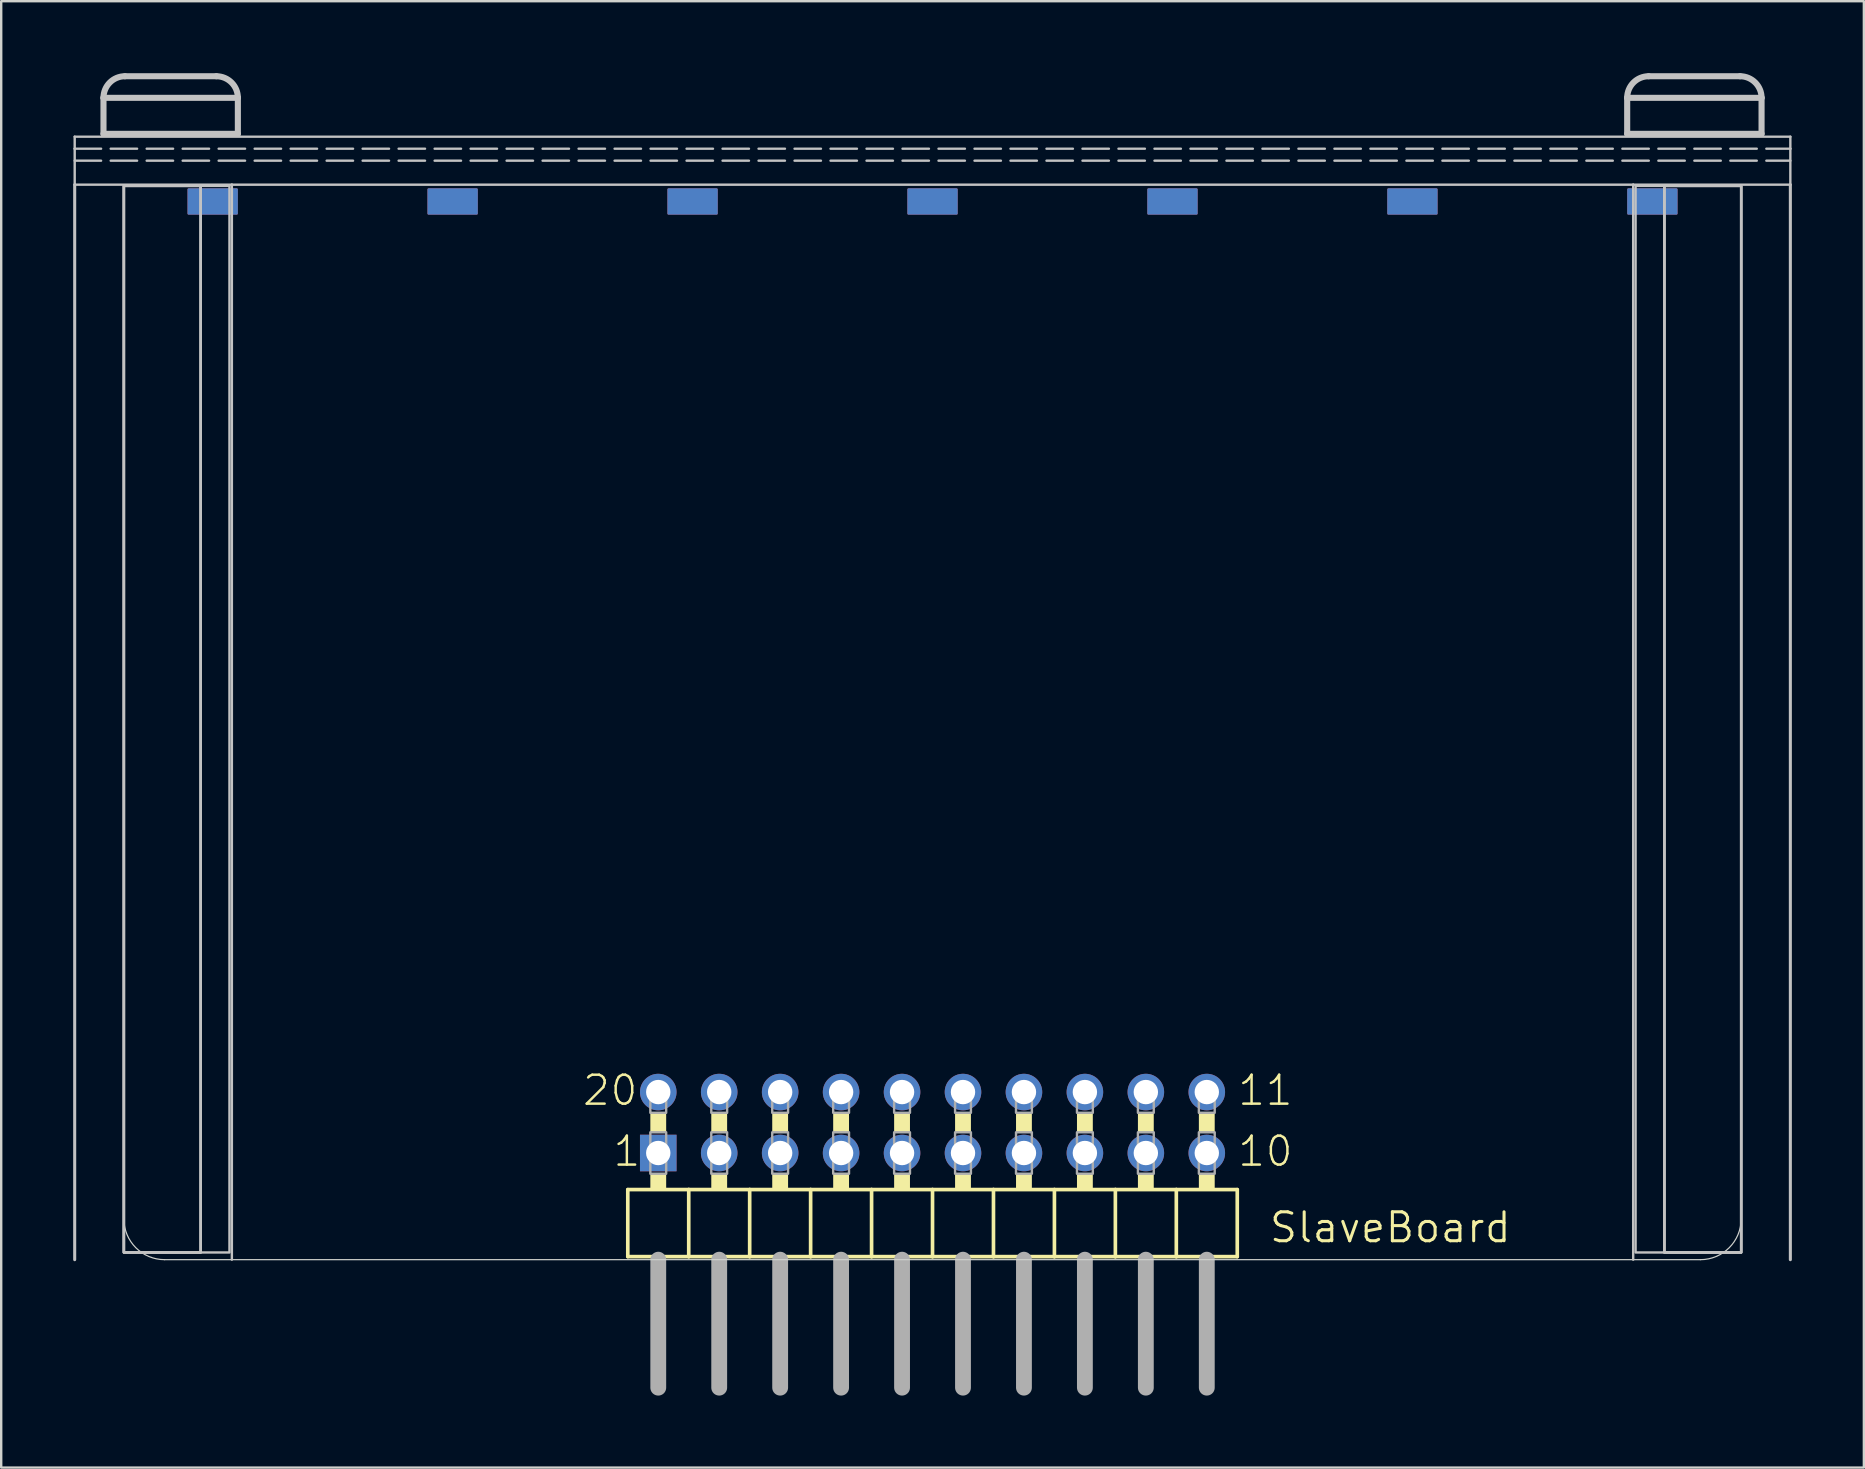
<source format=kicad_pcb>
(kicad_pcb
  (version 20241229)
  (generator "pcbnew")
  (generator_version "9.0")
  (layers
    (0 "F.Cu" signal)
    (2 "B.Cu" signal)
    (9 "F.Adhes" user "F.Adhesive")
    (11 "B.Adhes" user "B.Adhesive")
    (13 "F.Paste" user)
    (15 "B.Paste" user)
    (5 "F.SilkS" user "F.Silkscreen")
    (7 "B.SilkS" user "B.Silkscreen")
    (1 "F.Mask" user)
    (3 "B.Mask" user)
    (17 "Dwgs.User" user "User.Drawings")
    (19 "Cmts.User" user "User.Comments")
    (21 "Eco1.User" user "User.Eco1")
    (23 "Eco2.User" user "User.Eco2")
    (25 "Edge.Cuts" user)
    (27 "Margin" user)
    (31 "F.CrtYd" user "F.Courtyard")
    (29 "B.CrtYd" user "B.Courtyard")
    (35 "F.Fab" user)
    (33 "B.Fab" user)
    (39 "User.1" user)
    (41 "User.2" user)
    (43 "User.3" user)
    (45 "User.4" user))
  (footprint "SlaveBoard"
    (layer "F.Cu")
    (at 35.813 49.447)
    (property "Reference" "SlaveBoard" (at 13.97 -0.635 0) (layer "F.SilkS") (effects (font (size 1.206 1.206) (thickness 0.127)) (justify left bottom)))
    (attr through_hole)
    (fp_rect (start -31 -44.6) (end -29 -43.6) (stroke (width 0.1) (type solid)) (fill yes) (layer "F.Cu"))
    (fp_rect (start -21 -44.6) (end -19 -43.6) (stroke (width 0.1) (type solid)) (fill yes) (layer "F.Cu"))
    (fp_rect (start -11 -44.6) (end -9 -43.6) (stroke (width 0.1) (type solid)) (fill yes) (layer "F.Cu"))
    (fp_rect (start -1 -44.6) (end 1 -43.6) (stroke (width 0.1) (type solid)) (fill yes) (layer "F.Cu"))
    (fp_rect (start 9 -44.6) (end 11 -43.6) (stroke (width 0.1) (type solid)) (fill yes) (layer "F.Cu"))
    (fp_rect (start 19 -44.6) (end 21 -43.6) (stroke (width 0.1) (type solid)) (fill yes) (layer "F.Cu"))
    (fp_rect (start 29 -44.6) (end 31 -43.6) (stroke (width 0.1) (type solid)) (fill yes) (layer "F.Cu"))
    (fp_rect (start -31 -44.6) (end -29 -43.6) (stroke (width 0.1) (type solid)) (fill yes) (layer "F.Mask"))
    (fp_rect (start -21 -44.6) (end -19 -43.6) (stroke (width 0.1) (type solid)) (fill yes) (layer "F.Mask"))
    (fp_rect (start -11 -44.6) (end -9 -43.6) (stroke (width 0.1) (type solid)) (fill yes) (layer "F.Mask"))
    (fp_rect (start -1 -44.6) (end 1 -43.6) (stroke (width 0.1) (type solid)) (fill yes) (layer "F.Mask"))
    (fp_rect (start 9 -44.6) (end 11 -43.6) (stroke (width 0.1) (type solid)) (fill yes) (layer "F.Mask"))
    (fp_rect (start 19 -44.6) (end 21 -43.6) (stroke (width 0.1) (type solid)) (fill yes) (layer "F.Mask"))
    (fp_rect (start 29 -44.6) (end 31 -43.6) (stroke (width 0.1) (type solid)) (fill yes) (layer "F.Mask"))
    (fp_rect (start -31 -44.6) (end -29 -43.6) (stroke (width 0.1) (type solid)) (fill yes) (layer "B.Cu"))
    (fp_rect (start -21 -44.6) (end -19 -43.6) (stroke (width 0.1) (type solid)) (fill yes) (layer "B.Cu"))
    (fp_rect (start -11 -44.6) (end -9 -43.6) (stroke (width 0.1) (type solid)) (fill yes) (layer "B.Cu"))
    (fp_rect (start -1 -44.6) (end 1 -43.6) (stroke (width 0.1) (type solid)) (fill yes) (layer "B.Cu"))
    (fp_rect (start 9 -44.6) (end 11 -43.6) (stroke (width 0.1) (type solid)) (fill yes) (layer "B.Cu"))
    (fp_rect (start 19 -44.6) (end 21 -43.6) (stroke (width 0.1) (type solid)) (fill yes) (layer "B.Cu"))
    (fp_rect (start 29 -44.6) (end 31 -43.6) (stroke (width 0.1) (type solid)) (fill yes) (layer "B.Cu"))
    (fp_rect (start -31 -44.6) (end -29 -43.6) (stroke (width 0.1) (type solid)) (fill yes) (layer "B.Mask"))
    (fp_rect (start -21 -44.6) (end -19 -43.6) (stroke (width 0.1) (type solid)) (fill yes) (layer "B.Mask"))
    (fp_rect (start -11 -44.6) (end -9 -43.6) (stroke (width 0.1) (type solid)) (fill yes) (layer "B.Mask"))
    (fp_rect (start -1 -44.6) (end 1 -43.6) (stroke (width 0.1) (type solid)) (fill yes) (layer "B.Mask"))
    (fp_rect (start 9 -44.6) (end 11 -43.6) (stroke (width 0.1) (type solid)) (fill yes) (layer "B.Mask"))
    (fp_rect (start 19 -44.6) (end 21 -43.6) (stroke (width 0.1) (type solid)) (fill yes) (layer "B.Mask"))
    (fp_rect (start 29 -44.6) (end 31 -43.6) (stroke (width 0.1) (type solid)) (fill yes) (layer "B.Mask"))
    (fp_line (start -12.7 -2.921) (end -12.7 -0.127) (stroke (width 0.152) (type solid)) (layer "F.SilkS"))
    (fp_line (start -12.7 -2.921) (end -10.16 -2.921) (stroke (width 0.152) (type solid)) (layer "F.SilkS"))
    (fp_line (start -10.16 -2.921) (end -10.16 -0.127) (stroke (width 0.152) (type solid)) (layer "F.SilkS"))
    (fp_line (start -10.16 -2.921) (end -7.62 -2.921) (stroke (width 0.152) (type solid)) (layer "F.SilkS"))
    (fp_line (start -10.16 -0.127) (end -12.7 -0.127) (stroke (width 0.152) (type solid)) (layer "F.SilkS"))
    (fp_line (start -7.62 -2.921) (end -7.62 -0.127) (stroke (width 0.152) (type solid)) (layer "F.SilkS"))
    (fp_line (start -7.62 -2.921) (end -5.08 -2.921) (stroke (width 0.152) (type solid)) (layer "F.SilkS"))
    (fp_line (start -7.62 -0.127) (end -10.16 -0.127) (stroke (width 0.152) (type solid)) (layer "F.SilkS"))
    (fp_line (start -5.08 -2.921) (end -5.08 -0.127) (stroke (width 0.152) (type solid)) (layer "F.SilkS"))
    (fp_line (start -5.08 -0.127) (end -7.62 -0.127) (stroke (width 0.152) (type solid)) (layer "F.SilkS"))
    (fp_line (start -2.54 -2.921) (end -5.08 -2.921) (stroke (width 0.152) (type solid)) (layer "F.SilkS"))
    (fp_line (start -2.54 -2.921) (end -2.54 -0.127) (stroke (width 0.152) (type solid)) (layer "F.SilkS"))
    (fp_line (start -2.54 -2.921) (end 0 -2.921) (stroke (width 0.152) (type solid)) (layer "F.SilkS"))
    (fp_line (start -2.54 -0.127) (end -5.08 -0.127) (stroke (width 0.152) (type solid)) (layer "F.SilkS"))
    (fp_line (start 0 -2.921) (end 0 -0.127) (stroke (width 0.152) (type solid)) (layer "F.SilkS"))
    (fp_line (start 0 -2.921) (end 2.54 -2.921) (stroke (width 0.152) (type solid)) (layer "F.SilkS"))
    (fp_line (start 0 -0.127) (end -2.54 -0.127) (stroke (width 0.152) (type solid)) (layer "F.SilkS"))
    (fp_line (start 2.54 -2.921) (end 2.54 -0.127) (stroke (width 0.152) (type solid)) (layer "F.SilkS"))
    (fp_line (start 2.54 -2.921) (end 5.08 -2.921) (stroke (width 0.152) (type solid)) (layer "F.SilkS"))
    (fp_line (start 2.54 -0.127) (end 0 -0.127) (stroke (width 0.152) (type solid)) (layer "F.SilkS"))
    (fp_line (start 5.08 -2.921) (end 5.08 -0.127) (stroke (width 0.152) (type solid)) (layer "F.SilkS"))
    (fp_line (start 5.08 -2.921) (end 7.62 -2.921) (stroke (width 0.152) (type solid)) (layer "F.SilkS"))
    (fp_line (start 5.08 -0.127) (end 2.54 -0.127) (stroke (width 0.152) (type solid)) (layer "F.SilkS"))
    (fp_line (start 7.62 -2.921) (end 7.62 -0.127) (stroke (width 0.152) (type solid)) (layer "F.SilkS"))
    (fp_line (start 7.62 -0.127) (end 5.08 -0.127) (stroke (width 0.152) (type solid)) (layer "F.SilkS"))
    (fp_line (start 10.16 -2.921) (end 7.62 -2.921) (stroke (width 0.152) (type solid)) (layer "F.SilkS"))
    (fp_line (start 10.16 -2.921) (end 10.16 -0.127) (stroke (width 0.152) (type solid)) (layer "F.SilkS"))
    (fp_line (start 10.16 -2.921) (end 12.7 -2.921) (stroke (width 0.152) (type solid)) (layer "F.SilkS"))
    (fp_line (start 10.16 -0.127) (end 7.62 -0.127) (stroke (width 0.152) (type solid)) (layer "F.SilkS"))
    (fp_line (start 12.7 -2.921) (end 12.7 -0.127) (stroke (width 0.152) (type solid)) (layer "F.SilkS"))
    (fp_line (start 12.7 -0.127) (end 10.16 -0.127) (stroke (width 0.152) (type solid)) (layer "F.SilkS"))
    (fp_poly (pts (xy -11.1 -6.121) (xy -11.76 -6.121) (xy -11.76 -5.309) (xy -11.1 -5.309)) (stroke (width 0) (type solid)) (fill yes) (layer "F.SilkS"))
    (fp_poly (pts (xy -11.1 -3.581) (xy -11.76 -3.581) (xy -11.76 -2.921) (xy -11.1 -2.921)) (stroke (width 0) (type solid)) (fill yes) (layer "F.SilkS"))
    (fp_poly (pts (xy -8.56 -6.121) (xy -9.22 -6.121) (xy -9.22 -5.309) (xy -8.56 -5.309)) (stroke (width 0) (type solid)) (fill yes) (layer "F.SilkS"))
    (fp_poly (pts (xy -8.56 -3.581) (xy -9.22 -3.581) (xy -9.22 -2.921) (xy -8.56 -2.921)) (stroke (width 0) (type solid)) (fill yes) (layer "F.SilkS"))
    (fp_poly (pts (xy -6.02 -6.121) (xy -6.68 -6.121) (xy -6.68 -5.309) (xy -6.02 -5.309)) (stroke (width 0) (type solid)) (fill yes) (layer "F.SilkS"))
    (fp_poly (pts (xy -6.02 -3.581) (xy -6.68 -3.581) (xy -6.68 -2.921) (xy -6.02 -2.921)) (stroke (width 0) (type solid)) (fill yes) (layer "F.SilkS"))
    (fp_poly (pts (xy -3.48 -6.121) (xy -4.14 -6.121) (xy -4.14 -5.309) (xy -3.48 -5.309)) (stroke (width 0) (type solid)) (fill yes) (layer "F.SilkS"))
    (fp_poly (pts (xy -3.48 -3.581) (xy -4.14 -3.581) (xy -4.14 -2.921) (xy -3.48 -2.921)) (stroke (width 0) (type solid)) (fill yes) (layer "F.SilkS"))
    (fp_poly (pts (xy -0.94 -6.121) (xy -1.6 -6.121) (xy -1.6 -5.309) (xy -0.94 -5.309)) (stroke (width 0) (type solid)) (fill yes) (layer "F.SilkS"))
    (fp_poly (pts (xy -0.94 -3.581) (xy -1.6 -3.581) (xy -1.6 -2.921) (xy -0.94 -2.921)) (stroke (width 0) (type solid)) (fill yes) (layer "F.SilkS"))
    (fp_poly (pts (xy 1.6 -6.121) (xy 0.94 -6.121) (xy 0.94 -5.309) (xy 1.6 -5.309)) (stroke (width 0) (type solid)) (fill yes) (layer "F.SilkS"))
    (fp_poly (pts (xy 1.6 -3.581) (xy 0.94 -3.581) (xy 0.94 -2.921) (xy 1.6 -2.921)) (stroke (width 0) (type solid)) (fill yes) (layer "F.SilkS"))
    (fp_poly (pts (xy 4.14 -6.121) (xy 3.48 -6.121) (xy 3.48 -5.309) (xy 4.14 -5.309)) (stroke (width 0) (type solid)) (fill yes) (layer "F.SilkS"))
    (fp_poly (pts (xy 4.14 -3.581) (xy 3.48 -3.581) (xy 3.48 -2.921) (xy 4.14 -2.921)) (stroke (width 0) (type solid)) (fill yes) (layer "F.SilkS"))
    (fp_poly (pts (xy 6.68 -6.121) (xy 6.02 -6.121) (xy 6.02 -5.309) (xy 6.68 -5.309)) (stroke (width 0) (type solid)) (fill yes) (layer "F.SilkS"))
    (fp_poly (pts (xy 6.68 -3.581) (xy 6.02 -3.581) (xy 6.02 -2.921) (xy 6.68 -2.921)) (stroke (width 0) (type solid)) (fill yes) (layer "F.SilkS"))
    (fp_poly (pts (xy 9.22 -6.121) (xy 8.56 -6.121) (xy 8.56 -5.309) (xy 9.22 -5.309)) (stroke (width 0) (type solid)) (fill yes) (layer "F.SilkS"))
    (fp_poly (pts (xy 9.22 -3.581) (xy 8.56 -3.581) (xy 8.56 -2.921) (xy 9.22 -2.921)) (stroke (width 0) (type solid)) (fill yes) (layer "F.SilkS"))
    (fp_poly (pts (xy 11.76 -6.121) (xy 11.1 -6.121) (xy 11.1 -5.309) (xy 11.76 -5.309)) (stroke (width 0) (type solid)) (fill yes) (layer "F.SilkS"))
    (fp_poly (pts (xy 11.76 -3.581) (xy 11.1 -3.581) (xy 11.1 -2.921) (xy 11.76 -2.921)) (stroke (width 0) (type solid)) (fill yes) (layer "F.SilkS"))
    (fp_line (start -35.75 -46.8) (end 35.75 -46.8) (stroke (width 0.1) (type solid)) (layer "Dwgs.User"))
    (fp_line (start -35.75 -46.3) (end -35.75 -46.8) (stroke (width 0.1) (type solid)) (layer "Dwgs.User"))
    (fp_line (start -35.75 -46.3) (end 35.75 -46.3) (stroke (width 0.1) (type dash)) (layer "Dwgs.User"))
    (fp_line (start -35.75 -45.8) (end 35.75 -45.8) (stroke (width 0.1) (type dash)) (layer "Dwgs.User"))
    (fp_line (start -35.75 -44.8) (end -35.75 -46.3) (stroke (width 0.1) (type solid)) (layer "Dwgs.User"))
    (fp_line (start -35.75 0) (end -35.75 -44.8) (stroke (width 0.127) (type solid)) (layer "Dwgs.User"))
    (fp_line (start -34.55 -48.42) (end -34.55 -46.92) (stroke (width 0.254) (type solid)) (layer "Dwgs.User"))
    (fp_line (start -34.55 -46.92) (end -28.95 -46.92) (stroke (width 0.254) (type solid)) (layer "Dwgs.User"))
    (fp_line (start -33.655 -49.32) (end -29.845 -49.32) (stroke (width 0.254) (type solid)) (layer "Dwgs.User"))
    (fp_line (start -29.2 -44.8) (end -35.75 -44.8) (stroke (width 0.1) (type solid)) (layer "Dwgs.User"))
    (fp_line (start -29.2 0) (end -29.2 -44.8) (stroke (width 0.1) (type solid)) (layer "Dwgs.User"))
    (fp_line (start -28.95 -48.42) (end -34.55 -48.42) (stroke (width 0.254) (type solid)) (layer "Dwgs.User"))
    (fp_line (start -28.95 -46.92) (end -28.95 -48.42) (stroke (width 0.254) (type solid)) (layer "Dwgs.User"))
    (fp_line (start 28.95 -48.42) (end 28.95 -46.92) (stroke (width 0.254) (type solid)) (layer "Dwgs.User"))
    (fp_line (start 28.95 -46.92) (end 34.55 -46.92) (stroke (width 0.254) (type solid)) (layer "Dwgs.User"))
    (fp_line (start 29.2 -44.8) (end -29.2 -44.8) (stroke (width 0.1) (type solid)) (layer "Dwgs.User"))
    (fp_line (start 29.2 0) (end 29.2 -44.8) (stroke (width 0.1) (type solid)) (layer "Dwgs.User"))
    (fp_line (start 29.845 -49.32) (end 33.655 -49.32) (stroke (width 0.254) (type solid)) (layer "Dwgs.User"))
    (fp_line (start 34.55 -48.42) (end 28.95 -48.42) (stroke (width 0.254) (type solid)) (layer "Dwgs.User"))
    (fp_line (start 34.55 -46.92) (end 34.55 -48.42) (stroke (width 0.254) (type solid)) (layer "Dwgs.User"))
    (fp_line (start 35.75 -46.8) (end 35.75 -46.3) (stroke (width 0.1) (type solid)) (layer "Dwgs.User"))
    (fp_line (start 35.75 -46.3) (end 35.75 -44.8) (stroke (width 0.1) (type solid)) (layer "Dwgs.User"))
    (fp_line (start 35.75 -44.8) (end 29.2 -44.8) (stroke (width 0.1) (type solid)) (layer "Dwgs.User"))
    (fp_line (start 35.75 0) (end 35.75 -44.8) (stroke (width 0.127) (type solid)) (layer "Dwgs.User"))
    (fp_arc (start -34.55 -48.42) (mid -34.288896 -49.055361) (end -33.655 -49.32) (stroke (width 0.254) (type solid)) (layer "Dwgs.User"))
    (fp_arc (start -29.845 -49.32) (mid -29.211104 -49.055361) (end -28.95 -48.42) (stroke (width 0.254) (type solid)) (layer "Dwgs.User"))
    (fp_arc (start 28.95 -48.42) (mid 29.211104 -49.055361) (end 29.845 -49.32) (stroke (width 0.254) (type solid)) (layer "Dwgs.User"))
    (fp_arc (start 33.655 -49.32) (mid 34.288896 -49.055361) (end 34.55 -48.42) (stroke (width 0.254) (type solid)) (layer "Dwgs.User"))
    (fp_poly (pts (xy -33.7 -0.3) (xy -30.5 -0.3) (xy -30.5 -44.75) (xy -33.7 -44.75)) (stroke (width 0.1) (type solid)) (fill no) (layer "Dwgs.User"))
    (fp_poly (pts (xy -33.7 -0.3) (xy -30.5 -0.3) (xy -30.5 -44.75) (xy -33.7 -44.75)) (stroke (width 0.1) (type solid)) (fill no) (layer "Dwgs.User"))
    (fp_poly (pts (xy -33.7 -0.3) (xy -30.5 -0.3) (xy -30.5 -44.75) (xy -33.7 -44.75)) (stroke (width 0.1) (type solid)) (fill no) (layer "Dwgs.User"))
    (fp_poly (pts (xy -33.7 -0.3) (xy -29.3 -0.3) (xy -29.3 -44.75) (xy -33.7 -44.75)) (stroke (width 0.1) (type solid)) (fill no) (layer "Dwgs.User"))
    (fp_poly (pts (xy 29.3 -0.3) (xy 33.7 -0.3) (xy 33.7 -44.75) (xy 29.3 -44.75)) (stroke (width 0.1) (type solid)) (fill no) (layer "Dwgs.User"))
    (fp_poly (pts (xy 30.5 -0.3) (xy 33.7 -0.3) (xy 33.7 -44.75) (xy 30.5 -44.75)) (stroke (width 0.1) (type solid)) (fill no) (layer "Dwgs.User"))
    (fp_poly (pts (xy 30.5 -0.3) (xy 33.7 -0.3) (xy 33.7 -44.75) (xy 30.5 -44.75)) (stroke (width 0.1) (type solid)) (fill no) (layer "Dwgs.User"))
    (fp_poly (pts (xy 30.5 -0.3) (xy 33.7 -0.3) (xy 33.7 -44.75) (xy 30.5 -44.75)) (stroke (width 0.1) (type solid)) (fill no) (layer "Dwgs.User"))
    (fp_line (start -33.7 -44.8) (end 33.7 -44.8) (stroke (width 0.05) (type solid)) (layer "Edge.Cuts"))
    (fp_line (start -33.7 -1.7) (end -33.7 -44.8) (stroke (width 0.05) (type solid)) (layer "Edge.Cuts"))
    (fp_line (start 32 0) (end -32 0) (stroke (width 0.05) (type solid)) (layer "Edge.Cuts"))
    (fp_line (start 33.7 -44.8) (end 33.7 -1.7) (stroke (width 0.05) (type solid)) (layer "Edge.Cuts"))
    (fp_arc (start -32 0) (mid -33.202082 -0.497918) (end -33.7 -1.7) (stroke (width 0.05) (type solid)) (layer "Edge.Cuts"))
    (fp_arc (start 33.7 -1.7) (mid 33.202082 -0.497918) (end 32 0) (stroke (width 0.05) (type solid)) (layer "Edge.Cuts"))
    (fp_line (start -11.43 0) (end -11.43 5.334) (stroke (width 0.66) (type solid)) (layer "F.Fab"))
    (fp_line (start -8.89 0) (end -8.89 5.334) (stroke (width 0.66) (type solid)) (layer "F.Fab"))
    (fp_line (start -6.35 0) (end -6.35 5.334) (stroke (width 0.66) (type solid)) (layer "F.Fab"))
    (fp_line (start -3.81 0) (end -3.81 5.334) (stroke (width 0.66) (type solid)) (layer "F.Fab"))
    (fp_line (start -1.27 0) (end -1.27 5.334) (stroke (width 0.66) (type solid)) (layer "F.Fab"))
    (fp_line (start 1.27 0) (end 1.27 5.334) (stroke (width 0.66) (type solid)) (layer "F.Fab"))
    (fp_line (start 3.81 0) (end 3.81 5.334) (stroke (width 0.66) (type solid)) (layer "F.Fab"))
    (fp_line (start 6.35 0) (end 6.35 5.334) (stroke (width 0.66) (type solid)) (layer "F.Fab"))
    (fp_line (start 8.89 0) (end 8.89 5.334) (stroke (width 0.66) (type solid)) (layer "F.Fab"))
    (fp_line (start 11.43 0) (end 11.43 5.334) (stroke (width 0.66) (type solid)) (layer "F.Fab"))
    (fp_poly (pts (xy -11.1 -7.29) (xy -11.76 -7.29) (xy -11.76 -6.121) (xy -11.1 -6.121)) (stroke (width 0.1) (type solid)) (fill no) (layer "F.Fab"))
    (fp_poly (pts (xy -11.1 -5.309) (xy -11.76 -5.309) (xy -11.76 -3.581) (xy -11.1 -3.581)) (stroke (width 0.1) (type solid)) (fill no) (layer "F.Fab"))
    (fp_poly (pts (xy -8.56 -7.29) (xy -9.22 -7.29) (xy -9.22 -6.121) (xy -8.56 -6.121)) (stroke (width 0.1) (type solid)) (fill no) (layer "F.Fab"))
    (fp_poly (pts (xy -8.56 -5.309) (xy -9.22 -5.309) (xy -9.22 -3.581) (xy -8.56 -3.581)) (stroke (width 0.1) (type solid)) (fill no) (layer "F.Fab"))
    (fp_poly (pts (xy -6.02 -7.29) (xy -6.68 -7.29) (xy -6.68 -6.121) (xy -6.02 -6.121)) (stroke (width 0.1) (type solid)) (fill no) (layer "F.Fab"))
    (fp_poly (pts (xy -6.02 -5.309) (xy -6.68 -5.309) (xy -6.68 -3.581) (xy -6.02 -3.581)) (stroke (width 0.1) (type solid)) (fill no) (layer "F.Fab"))
    (fp_poly (pts (xy -3.48 -7.29) (xy -4.14 -7.29) (xy -4.14 -6.121) (xy -3.48 -6.121)) (stroke (width 0.1) (type solid)) (fill no) (layer "F.Fab"))
    (fp_poly (pts (xy -3.48 -5.309) (xy -4.14 -5.309) (xy -4.14 -3.581) (xy -3.48 -3.581)) (stroke (width 0.1) (type solid)) (fill no) (layer "F.Fab"))
    (fp_poly (pts (xy -0.94 -7.29) (xy -1.6 -7.29) (xy -1.6 -6.121) (xy -0.94 -6.121)) (stroke (width 0.1) (type solid)) (fill no) (layer "F.Fab"))
    (fp_poly (pts (xy -0.94 -5.309) (xy -1.6 -5.309) (xy -1.6 -3.581) (xy -0.94 -3.581)) (stroke (width 0.1) (type solid)) (fill no) (layer "F.Fab"))
    (fp_poly (pts (xy 1.6 -7.29) (xy 0.94 -7.29) (xy 0.94 -6.121) (xy 1.6 -6.121)) (stroke (width 0.1) (type solid)) (fill no) (layer "F.Fab"))
    (fp_poly (pts (xy 1.6 -5.309) (xy 0.94 -5.309) (xy 0.94 -3.581) (xy 1.6 -3.581)) (stroke (width 0.1) (type solid)) (fill no) (layer "F.Fab"))
    (fp_poly (pts (xy 4.14 -7.29) (xy 3.48 -7.29) (xy 3.48 -6.121) (xy 4.14 -6.121)) (stroke (width 0.1) (type solid)) (fill no) (layer "F.Fab"))
    (fp_poly (pts (xy 4.14 -5.309) (xy 3.48 -5.309) (xy 3.48 -3.581) (xy 4.14 -3.581)) (stroke (width 0.1) (type solid)) (fill no) (layer "F.Fab"))
    (fp_poly (pts (xy 6.68 -7.29) (xy 6.02 -7.29) (xy 6.02 -6.121) (xy 6.68 -6.121)) (stroke (width 0.1) (type solid)) (fill no) (layer "F.Fab"))
    (fp_poly (pts (xy 6.68 -5.309) (xy 6.02 -5.309) (xy 6.02 -3.581) (xy 6.68 -3.581)) (stroke (width 0.1) (type solid)) (fill no) (layer "F.Fab"))
    (fp_poly (pts (xy 9.22 -7.29) (xy 8.56 -7.29) (xy 8.56 -6.121) (xy 9.22 -6.121)) (stroke (width 0.1) (type solid)) (fill no) (layer "F.Fab"))
    (fp_poly (pts (xy 9.22 -5.309) (xy 8.56 -5.309) (xy 8.56 -3.581) (xy 9.22 -3.581)) (stroke (width 0.1) (type solid)) (fill no) (layer "F.Fab"))
    (fp_poly (pts (xy 11.76 -7.29) (xy 11.1 -7.29) (xy 11.1 -6.121) (xy 11.76 -6.121)) (stroke (width 0.1) (type solid)) (fill no) (layer "F.Fab"))
    (fp_poly (pts (xy 11.76 -5.309) (xy 11.1 -5.309) (xy 11.1 -3.581) (xy 11.76 -3.581)) (stroke (width 0.1) (type solid)) (fill no) (layer "F.Fab"))
    (fp_text user "1" (at -13.38 -3.81 0) (layer "F.SilkS") (effects (font (size 1.206 1.206) (thickness 0.102)) (justify left bottom)))
    (fp_text user "11" (at 12.655 -6.35 0) (layer "F.SilkS") (effects (font (size 1.206 1.206) (thickness 0.102)) (justify left bottom)))
    (fp_text user "10" (at 12.655 -3.81 0) (layer "F.SilkS") (effects (font (size 1.206 1.206) (thickness 0.102)) (justify left bottom)))
    (fp_text user "20" (at -14.65 -6.35 0) (layer "F.SilkS") (effects (font (size 1.206 1.206) (thickness 0.102)) (justify left bottom)))
    (pad "1" thru_hole rect (at -11.43 -4.445 180) (size 1.524 1.524) (drill 1.016) (layers "*.Cu" "*.Mask"))
    (pad "2" thru_hole circle (at -8.89 -4.445 180) (size 1.524 1.524) (drill 1.016) (layers "*.Cu" "*.Mask"))
    (pad "3" thru_hole circle (at -6.35 -4.445 180) (size 1.524 1.524) (drill 1.016) (layers "*.Cu" "*.Mask"))
    (pad "4" thru_hole circle (at -3.81 -4.445 180) (size 1.524 1.524) (drill 1.016) (layers "*.Cu" "*.Mask"))
    (pad "5" thru_hole circle (at -1.27 -4.445 180) (size 1.524 1.524) (drill 1.016) (layers "*.Cu" "*.Mask"))
    (pad "6" thru_hole circle (at 1.27 -4.445 180) (size 1.524 1.524) (drill 1.016) (layers "*.Cu" "*.Mask"))
    (pad "7" thru_hole circle (at 3.81 -4.445 180) (size 1.524 1.524) (drill 1.016) (layers "*.Cu" "*.Mask"))
    (pad "8" thru_hole circle (at 6.35 -4.445 180) (size 1.524 1.524) (drill 1.016) (layers "*.Cu" "*.Mask"))
    (pad "9" thru_hole circle (at 8.89 -4.445 180) (size 1.524 1.524) (drill 1.016) (layers "*.Cu" "*.Mask"))
    (pad "10" thru_hole circle (at 11.43 -4.445 180) (size 1.524 1.524) (drill 1.016) (layers "*.Cu" "*.Mask"))
    (pad "11" thru_hole circle (at 11.43 -6.985 180) (size 1.524 1.524) (drill 1.016) (layers "*.Cu" "*.Mask"))
    (pad "12" thru_hole circle (at 8.89 -6.985 180) (size 1.524 1.524) (drill 1.016) (layers "*.Cu" "*.Mask"))
    (pad "13" thru_hole circle (at 6.35 -6.985 180) (size 1.524 1.524) (drill 1.016) (layers "*.Cu" "*.Mask"))
    (pad "14" thru_hole circle (at 3.81 -6.985 180) (size 1.524 1.524) (drill 1.016) (layers "*.Cu" "*.Mask"))
    (pad "15" thru_hole circle (at 1.27 -6.985 180) (size 1.524 1.524) (drill 1.016) (layers "*.Cu" "*.Mask"))
    (pad "16" thru_hole circle (at -1.27 -6.985 180) (size 1.524 1.524) (drill 1.016) (layers "*.Cu" "*.Mask"))
    (pad "17" thru_hole circle (at -3.81 -6.985 180) (size 1.524 1.524) (drill 1.016) (layers "*.Cu" "*.Mask"))
    (pad "18" thru_hole circle (at -6.35 -6.985 180) (size 1.524 1.524) (drill 1.016) (layers "*.Cu" "*.Mask"))
    (pad "19" thru_hole circle (at -8.89 -6.985 180) (size 1.524 1.524) (drill 1.016) (layers "*.Cu" "*.Mask"))
    (pad "20" thru_hole circle (at -11.43 -6.985 180) (size 1.524 1.524) (drill 1.016) (layers "*.Cu" "*.Mask")))
  (gr_rect
    (start -3 -3)
    (end 74.627 58.111)
    (stroke (width 0.1) (type default))
    (fill no)
    (layer "Edge.Cuts")))
</source>
